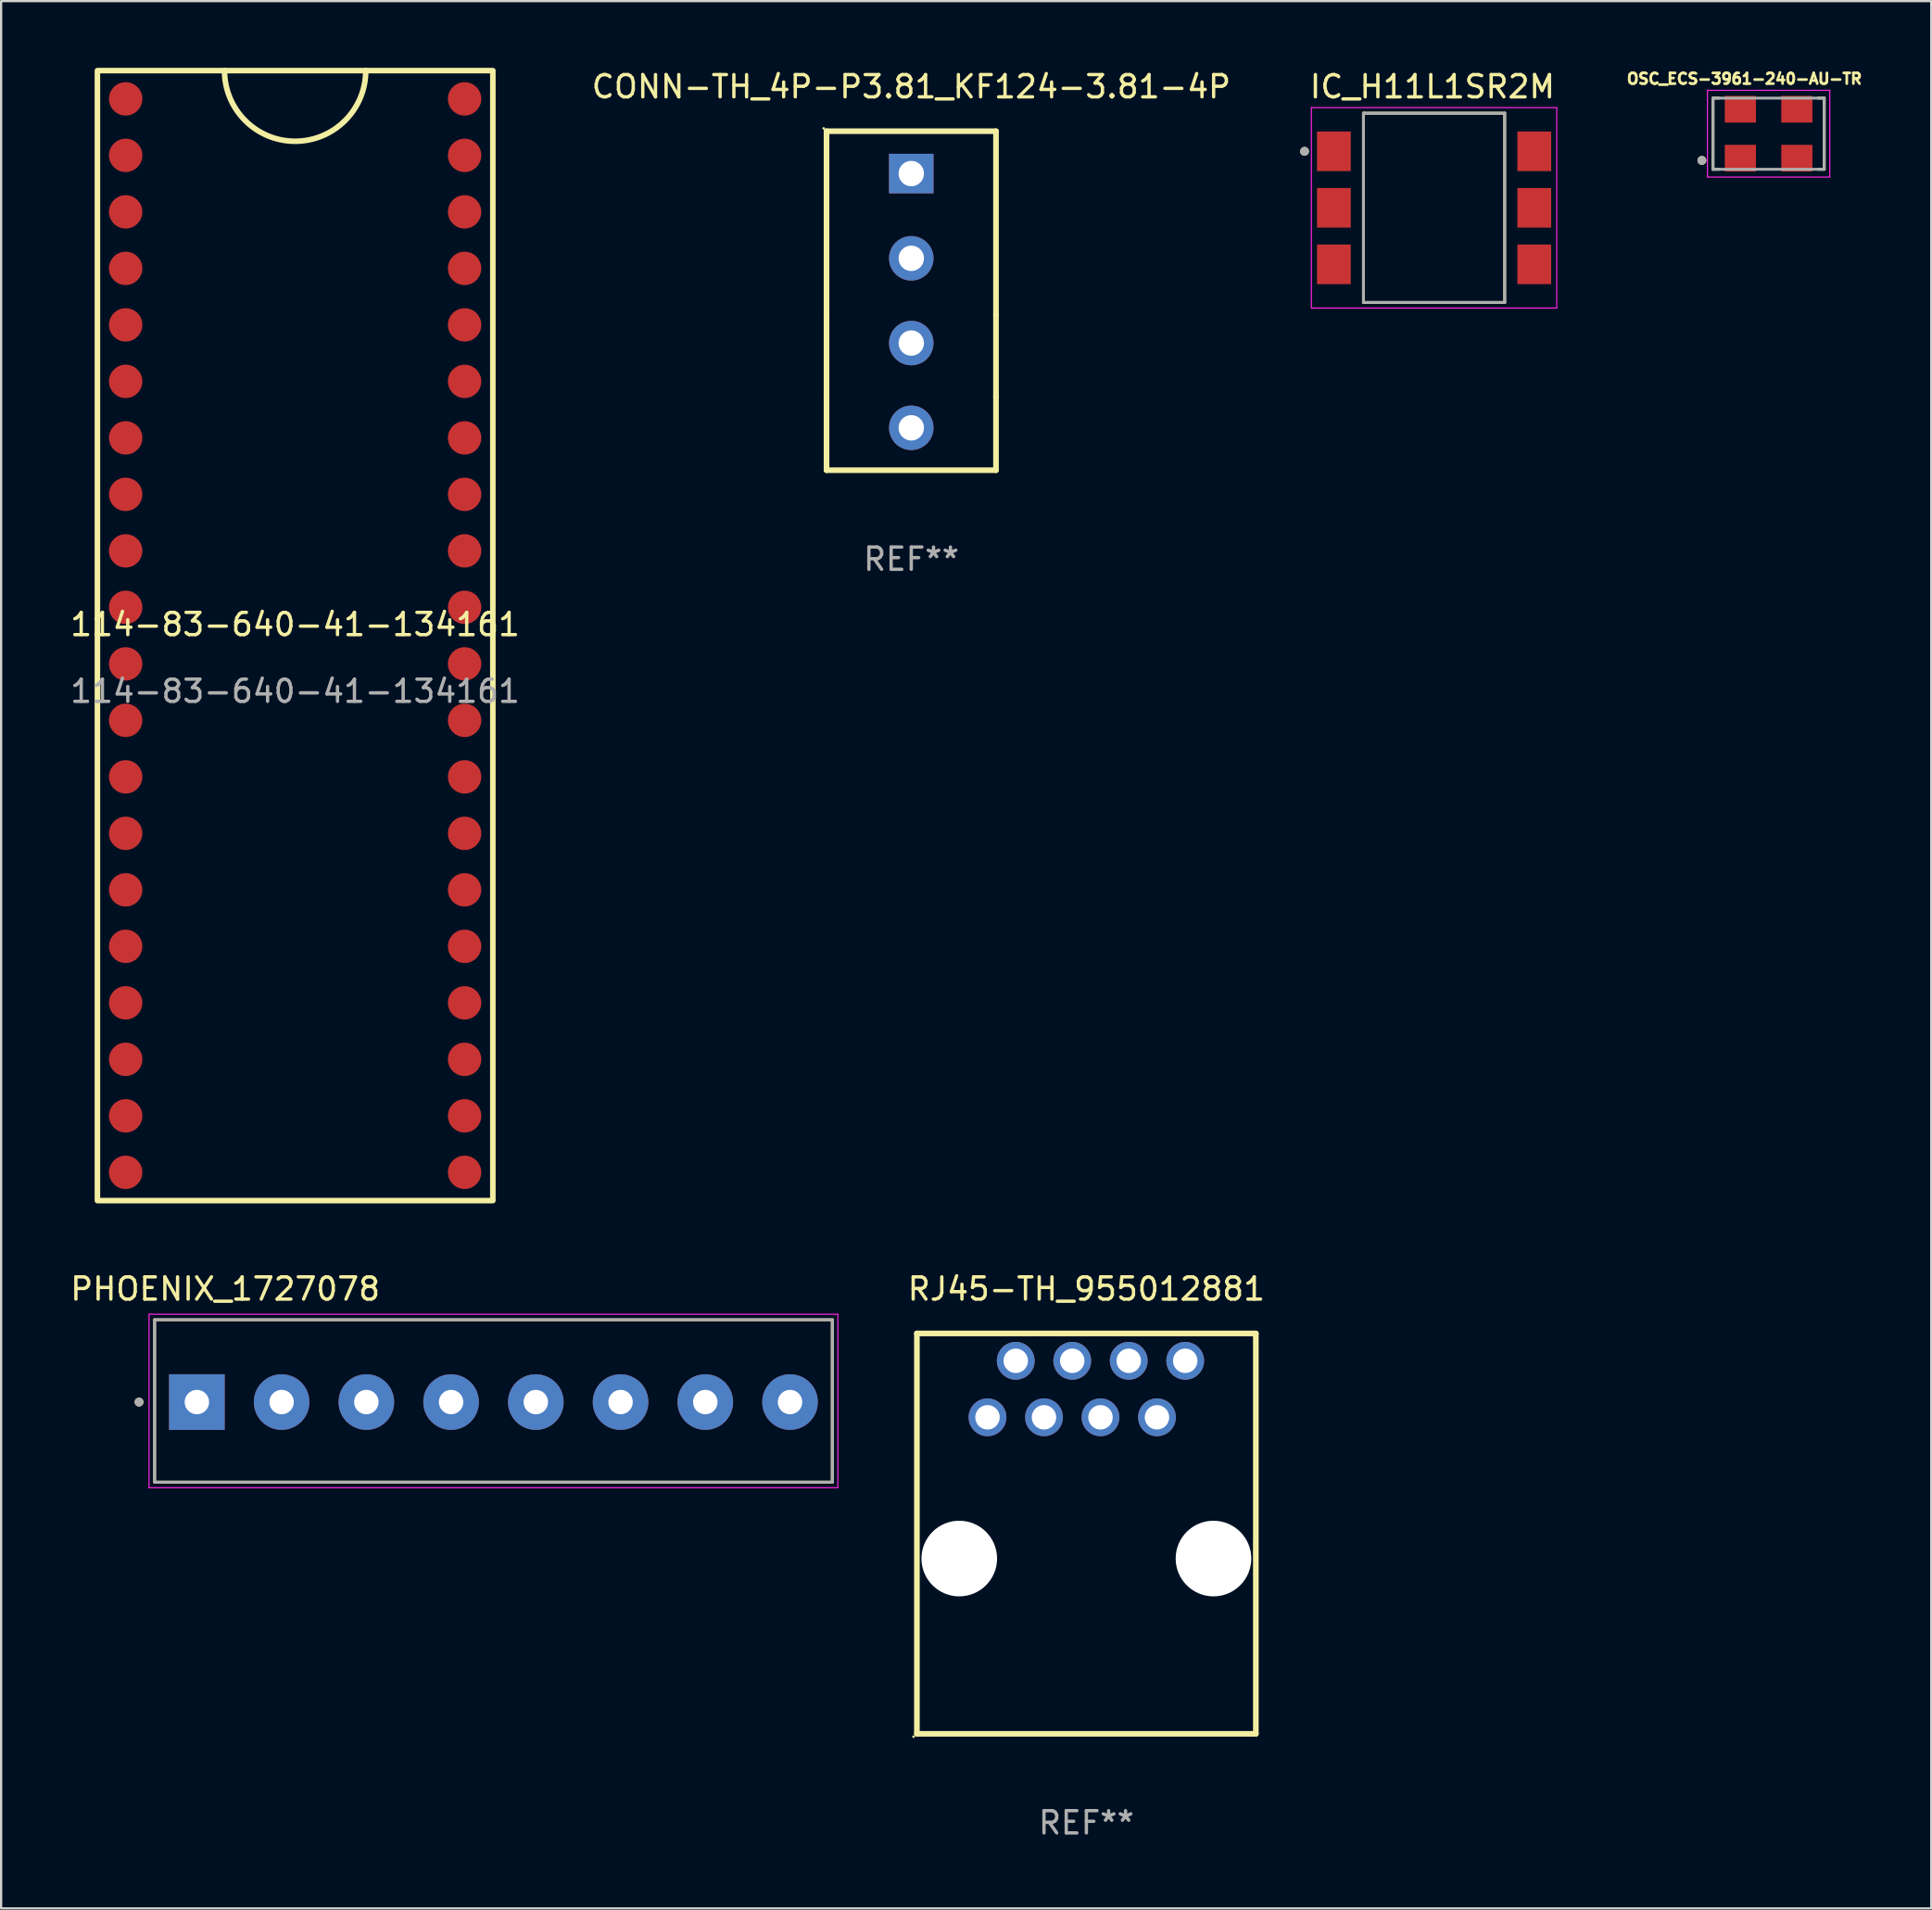
<source format=kicad_pcb>
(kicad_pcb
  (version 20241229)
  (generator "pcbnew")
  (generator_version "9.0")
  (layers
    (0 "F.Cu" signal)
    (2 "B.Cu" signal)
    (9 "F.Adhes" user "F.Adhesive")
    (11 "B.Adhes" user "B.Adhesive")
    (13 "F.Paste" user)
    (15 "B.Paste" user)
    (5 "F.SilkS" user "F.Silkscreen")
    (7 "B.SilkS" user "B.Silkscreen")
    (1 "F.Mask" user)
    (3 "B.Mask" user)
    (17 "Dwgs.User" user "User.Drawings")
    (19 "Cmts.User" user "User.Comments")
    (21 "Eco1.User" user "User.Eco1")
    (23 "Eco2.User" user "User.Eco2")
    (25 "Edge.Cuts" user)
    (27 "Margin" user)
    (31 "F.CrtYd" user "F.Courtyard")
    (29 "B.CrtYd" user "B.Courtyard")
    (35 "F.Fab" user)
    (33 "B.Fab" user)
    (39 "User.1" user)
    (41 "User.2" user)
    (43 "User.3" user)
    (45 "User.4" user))
  (footprint "PHOENIX_1727078"
    (layer "F.Cu")
    (at 19.137 59.983)
    (property "Reference" "PHOENIX_1727078" (at -12.06 -5.085 0) (layer "F.SilkS") (effects (font (size 1 1) (thickness 0.15))))
    (attr through_hole)
    (fp_line (start -15.235 -3.7) (end 15.235 -3.7) (stroke (width 0.127) (type solid)) (layer "F.SilkS"))
    (fp_line (start -15.235 3.6) (end -15.235 -3.7) (stroke (width 0.127) (type solid)) (layer "F.SilkS"))
    (fp_line (start 15.235 -3.7) (end 15.235 3.6) (stroke (width 0.127) (type solid)) (layer "F.SilkS"))
    (fp_line (start 15.235 3.6) (end -15.235 3.6) (stroke (width 0.127) (type solid)) (layer "F.SilkS"))
    (fp_circle (center -15.935 0) (end -15.835 0) (stroke (width 0.2) (type solid)) (fill no) (layer "F.SilkS"))
    (fp_line (start -15.485 -3.95) (end 15.485 -3.95) (stroke (width 0.05) (type solid)) (layer "F.CrtYd"))
    (fp_line (start -15.485 3.85) (end -15.485 -3.95) (stroke (width 0.05) (type solid)) (layer "F.CrtYd"))
    (fp_line (start 15.485 -3.95) (end 15.485 3.85) (stroke (width 0.05) (type solid)) (layer "F.CrtYd"))
    (fp_line (start 15.485 3.85) (end -15.485 3.85) (stroke (width 0.05) (type solid)) (layer "F.CrtYd"))
    (fp_line (start -15.235 -3.7) (end 15.235 -3.7) (stroke (width 0.127) (type solid)) (layer "F.Fab"))
    (fp_line (start -15.235 3.6) (end -15.235 -3.7) (stroke (width 0.127) (type solid)) (layer "F.Fab"))
    (fp_line (start 15.235 -3.7) (end 15.235 3.6) (stroke (width 0.127) (type solid)) (layer "F.Fab"))
    (fp_line (start 15.235 3.6) (end -15.235 3.6) (stroke (width 0.127) (type solid)) (layer "F.Fab"))
    (fp_circle (center -15.935 0) (end -15.835 0) (stroke (width 0.2) (type solid)) (fill no) (layer "F.Fab"))
    (pad "1" thru_hole rect (at -13.335 0) (size 2.5 2.5) (drill 1.1) (layers "*.Cu" "*.Mask"))
    (pad "2" thru_hole circle (at -9.525 0) (size 2.5 2.5) (drill 1.1) (layers "*.Cu" "*.Mask"))
    (pad "3" thru_hole circle (at -5.715 0) (size 2.5 2.5) (drill 1.1) (layers "*.Cu" "*.Mask"))
    (pad "4" thru_hole circle (at -1.905 0) (size 2.5 2.5) (drill 1.1) (layers "*.Cu" "*.Mask"))
    (pad "5" thru_hole circle (at 1.905 0) (size 2.5 2.5) (drill 1.1) (layers "*.Cu" "*.Mask"))
    (pad "6" thru_hole circle (at 5.715 0) (size 2.5 2.5) (drill 1.1) (layers "*.Cu" "*.Mask"))
    (pad "7" thru_hole circle (at 9.525 0) (size 2.5 2.5) (drill 1.1) (layers "*.Cu" "*.Mask"))
    (pad "8" thru_hole circle (at 13.335 0) (size 2.5 2.5) (drill 1.1) (layers "*.Cu" "*.Mask")))
  (footprint "CONN-TH_4P-P3.81_KF124-3.81-4P"
    (layer "F.Cu")
    (at 37.923 10.468)
    (property "Reference" "CONN-TH_4P-P3.81_KF124-3.81-4P" (at 0 -9.62 0) (layer "F.SilkS") (effects (font (size 1 1) (thickness 0.15))))
    (attr through_hole)
    (fp_line (start -3.81 -7.62) (end 3.81 -7.62) (stroke (width 0.254) (type solid)) (layer "F.SilkS"))
    (fp_line (start -3.81 0.635) (end -3.81 -7.62) (stroke (width 0.254) (type solid)) (layer "F.SilkS"))
    (fp_line (start -3.81 4.318) (end -3.81 0.635) (stroke (width 0.254) (type solid)) (layer "F.SilkS"))
    (fp_line (start -3.81 7.62) (end -3.81 4.318) (stroke (width 0.254) (type solid)) (layer "F.SilkS"))
    (fp_line (start 3.81 -7.62) (end 3.81 0.635) (stroke (width 0.254) (type solid)) (layer "F.SilkS"))
    (fp_line (start 3.81 0.635) (end 3.81 4.318) (stroke (width 0.254) (type solid)) (layer "F.SilkS"))
    (fp_line (start 3.81 4.318) (end 3.81 7.62) (stroke (width 0.254) (type solid)) (layer "F.SilkS"))
    (fp_line (start 3.81 7.62) (end -3.81 7.62) (stroke (width 0.254) (type solid)) (layer "F.SilkS"))
    (fp_circle (center -3.937 -7.747) (end -3.907 -7.747) (stroke (width 0.06) (type solid)) (fill no) (layer "F.SilkS"))
    (fp_text user "REF**" (at 0 11.62 0) (layer "F.Fab") (effects (font (size 1 1) (thickness 0.15))))
    (pad "1" thru_hole rect (at 0 -5.715) (size 2 1.778) (drill 1.143) (layers "*.Cu" "*.Mask"))
    (pad "2" thru_hole circle (at 0 -1.905) (size 2 2) (drill 1.143) (layers "*.Cu" "*.Mask"))
    (pad "3" thru_hole circle (at 0 1.905) (size 2 2) (drill 1.143) (layers "*.Cu" "*.Mask"))
    (pad "4" thru_hole circle (at 0 5.715) (size 2 2) (drill 1.143) (layers "*.Cu" "*.Mask")))
  (footprint "RJ45-TH_955012881"
    (layer "F.Cu")
    (at 45.796 65.898)
    (property "Reference" "RJ45-TH_955012881" (at 0 -11 0) (layer "F.SilkS") (effects (font (size 1 1) (thickness 0.15))))
    (attr through_hole)
    (fp_line (start -7.62 -9) (end -7.62 9) (stroke (width 0.254) (type solid)) (layer "F.SilkS"))
    (fp_line (start -7.62 9) (end 7.62 9) (stroke (width 0.254) (type solid)) (layer "F.SilkS"))
    (fp_line (start 7.62 -9) (end -7.62 -9) (stroke (width 0.254) (type solid)) (layer "F.SilkS"))
    (fp_line (start 7.62 9) (end 7.62 -9) (stroke (width 0.254) (type solid)) (layer "F.SilkS"))
    (fp_circle (center -7.771 9.127) (end -7.741 9.127) (stroke (width 0.06) (type solid)) (fill no) (layer "F.SilkS"))
    (fp_text user "REF**" (at 0 13 0) (layer "F.Fab") (effects (font (size 1 1) (thickness 0.15))))
    (pad "" np_thru_hole circle (at -5.715 1.12) (size 3.4 3.4) (drill 3.4) (layers "*.Cu" "*.Mask"))
    (pad "" np_thru_hole circle (at 5.715 1.12) (size 3.4 3.4) (drill 3.4) (layers "*.Cu" "*.Mask"))
    (pad "1" thru_hole circle (at -4.445 -5.23) (size 1.7 1.7) (drill 1.1) (layers "*.Cu" "*.Mask"))
    (pad "2" thru_hole circle (at -3.175 -7.77) (size 1.7 1.7) (drill 1.1) (layers "*.Cu" "*.Mask"))
    (pad "3" thru_hole circle (at -1.905 -5.23) (size 1.7 1.7) (drill 1.1) (layers "*.Cu" "*.Mask"))
    (pad "4" thru_hole circle (at -0.635 -7.77) (size 1.7 1.7) (drill 1.1) (layers "*.Cu" "*.Mask"))
    (pad "5" thru_hole circle (at 0.635 -5.23) (size 1.7 1.7) (drill 1.1) (layers "*.Cu" "*.Mask"))
    (pad "6" thru_hole circle (at 1.905 -7.77) (size 1.7 1.7) (drill 1.1) (layers "*.Cu" "*.Mask"))
    (pad "7" thru_hole circle (at 3.175 -5.23) (size 1.7 1.7) (drill 1.1) (layers "*.Cu" "*.Mask"))
    (pad "8" thru_hole circle (at 4.445 -7.77) (size 1.7 1.7) (drill 1.1) (layers "*.Cu" "*.Mask")))
  (footprint "OSC_ECS-3961-240-AU-TR"
    (layer "F.Cu")
    (at 76.471 2.961)
    (property "Reference" "OSC_ECS-3961-240-AU-TR" (at -1.089 -2.469 0) (layer "F.SilkS") (effects (font (size 0.481 0.481) (thickness 0.15))))
    (attr through_hole)
    (fp_line (start -2.5 1.6) (end -2.5 -1.6) (stroke (width 0.127) (type solid)) (layer "F.SilkS"))
    (fp_line (start -2.224 -1.6) (end -2.5 -1.6) (stroke (width 0.127) (type solid)) (layer "F.SilkS"))
    (fp_line (start -2.224 1.6) (end -2.5 1.6) (stroke (width 0.127) (type solid)) (layer "F.SilkS"))
    (fp_line (start 2.5 -1.6) (end 2.224 -1.6) (stroke (width 0.127) (type solid)) (layer "F.SilkS"))
    (fp_line (start 2.5 -1.6) (end 2.5 1.6) (stroke (width 0.127) (type solid)) (layer "F.SilkS"))
    (fp_line (start 2.5 1.6) (end 2.224 1.6) (stroke (width 0.127) (type solid)) (layer "F.SilkS"))
    (fp_circle (center -3 1.2) (end -2.9 1.2) (stroke (width 0.2) (type solid)) (fill no) (layer "F.SilkS"))
    (fp_line (start -2.75 -1.95) (end 2.75 -1.95) (stroke (width 0.05) (type solid)) (layer "F.CrtYd"))
    (fp_line (start -2.75 1.95) (end -2.75 -1.95) (stroke (width 0.05) (type solid)) (layer "F.CrtYd"))
    (fp_line (start 2.75 -1.95) (end 2.75 1.95) (stroke (width 0.05) (type solid)) (layer "F.CrtYd"))
    (fp_line (start 2.75 1.95) (end -2.75 1.95) (stroke (width 0.05) (type solid)) (layer "F.CrtYd"))
    (fp_line (start -2.5 -1.6) (end 2.5 -1.6) (stroke (width 0.127) (type solid)) (layer "F.Fab"))
    (fp_line (start -2.5 1.6) (end -2.5 -1.6) (stroke (width 0.127) (type solid)) (layer "F.Fab"))
    (fp_line (start 2.5 -1.6) (end 2.5 1.6) (stroke (width 0.127) (type solid)) (layer "F.Fab"))
    (fp_line (start 2.5 1.6) (end -2.5 1.6) (stroke (width 0.127) (type solid)) (layer "F.Fab"))
    (fp_circle (center -3 1.2) (end -2.9 1.2) (stroke (width 0.2) (type solid)) (fill no) (layer "F.Fab"))
    (pad "1" smd rect (at -1.27 1.1 180) (size 1.4 1.2) (layers "F.Cu" "F.Mask" "F.Paste"))
    (pad "2" smd rect (at 1.27 1.1 180) (size 1.4 1.2) (layers "F.Cu" "F.Mask" "F.Paste"))
    (pad "3" smd rect (at 1.27 -1.1 180) (size 1.4 1.2) (layers "F.Cu" "F.Mask" "F.Paste"))
    (pad "4" smd rect (at -1.27 -1.1 180) (size 1.4 1.2) (layers "F.Cu" "F.Mask" "F.Paste")))
  (footprint "IC_H11L1SR2M"
    (layer "F.Cu")
    (at 61.43 6.293)
    (property "Reference" "IC_H11L1SR2M" (at -0.075 -5.445 0) (layer "F.SilkS") (effects (font (size 1 1) (thickness 0.15))))
    (attr through_hole)
    (fp_line (start -3.175 -4.255) (end -3.175 4.255) (stroke (width 0.127) (type solid)) (layer "F.SilkS"))
    (fp_line (start -3.175 -4.255) (end 3.175 -4.255) (stroke (width 0.127) (type solid)) (layer "F.SilkS"))
    (fp_line (start -3.175 4.255) (end 3.175 4.255) (stroke (width 0.127) (type solid)) (layer "F.SilkS"))
    (fp_line (start 3.175 -4.255) (end 3.175 4.255) (stroke (width 0.127) (type solid)) (layer "F.SilkS"))
    (fp_circle (center -5.825 -2.54) (end -5.725 -2.54) (stroke (width 0.2) (type solid)) (fill no) (layer "F.SilkS"))
    (fp_line (start -5.515 -4.505) (end -5.515 4.505) (stroke (width 0.05) (type solid)) (layer "F.CrtYd"))
    (fp_line (start -5.515 -4.505) (end 5.515 -4.505) (stroke (width 0.05) (type solid)) (layer "F.CrtYd"))
    (fp_line (start -5.515 4.505) (end 5.515 4.505) (stroke (width 0.05) (type solid)) (layer "F.CrtYd"))
    (fp_line (start 5.515 -4.505) (end 5.515 4.505) (stroke (width 0.05) (type solid)) (layer "F.CrtYd"))
    (fp_line (start -3.175 -4.255) (end -3.175 4.255) (stroke (width 0.127) (type solid)) (layer "F.Fab"))
    (fp_line (start -3.175 -4.255) (end 3.175 -4.255) (stroke (width 0.127) (type solid)) (layer "F.Fab"))
    (fp_line (start -3.175 4.255) (end 3.175 4.255) (stroke (width 0.127) (type solid)) (layer "F.Fab"))
    (fp_line (start 3.175 -4.255) (end 3.175 4.255) (stroke (width 0.127) (type solid)) (layer "F.Fab"))
    (fp_circle (center -5.825 -2.54) (end -5.725 -2.54) (stroke (width 0.2) (type solid)) (fill no) (layer "F.Fab"))
    (pad "1" smd rect (at -4.505 -2.54) (size 1.52 1.78) (layers "F.Cu" "F.Mask" "F.Paste"))
    (pad "2" smd rect (at -4.505 0) (size 1.52 1.78) (layers "F.Cu" "F.Mask" "F.Paste"))
    (pad "3" smd rect (at -4.505 2.54) (size 1.52 1.78) (layers "F.Cu" "F.Mask" "F.Paste"))
    (pad "4" smd rect (at 4.505 2.54) (size 1.52 1.78) (layers "F.Cu" "F.Mask" "F.Paste"))
    (pad "5" smd rect (at 4.505 0) (size 1.52 1.78) (layers "F.Cu" "F.Mask" "F.Paste"))
    (pad "6" smd rect (at 4.505 -2.54) (size 1.52 1.78) (layers "F.Cu" "F.Mask" "F.Paste")))
  (footprint "114-83-640-41-134161"
    (layer "F.Cu")
    (at 10.22 25.525)
    (property "Reference" "114-83-640-41-134161" (at 0 -0.5 0) (unlocked yes) (layer "F.SilkS") (effects (font (size 1 1) (thickness 0.15))))
    (attr smd)
    (fp_rect (start -8.89 -25.4) (end 8.89 25.4) (stroke (width 0.25) (type solid)) (fill no) (layer "F.SilkS"))
    (fp_arc (start 3.175 -25.4) (mid 0 -22.225) (end -3.175 -25.4) (stroke (width 0.25) (type solid)) (layer "F.SilkS"))
    (fp_text user "${REFERENCE}" (at 0 2.5 0) (unlocked yes) (layer "F.Fab") (effects (font (size 1 1) (thickness 0.15))))
    (pad "1" smd circle (at -7.62 -24.13) (size 1.5 1.5) (layers "F.Cu" "F.Mask" "F.Paste"))
    (pad "2" smd circle (at -7.62 -21.59) (size 1.5 1.5) (layers "F.Cu" "F.Mask" "F.Paste"))
    (pad "3" smd circle (at -7.62 -19.05) (size 1.5 1.5) (layers "F.Cu" "F.Mask" "F.Paste"))
    (pad "4" smd circle (at -7.62 -16.51) (size 1.5 1.5) (layers "F.Cu" "F.Mask" "F.Paste"))
    (pad "5" smd circle (at -7.62 -13.97) (size 1.5 1.5) (layers "F.Cu" "F.Mask" "F.Paste"))
    (pad "6" smd circle (at -7.62 -11.43) (size 1.5 1.5) (layers "F.Cu" "F.Mask" "F.Paste"))
    (pad "7" smd circle (at -7.62 -8.89) (size 1.5 1.5) (layers "F.Cu" "F.Mask" "F.Paste"))
    (pad "8" smd circle (at -7.62 -6.35) (size 1.5 1.5) (layers "F.Cu" "F.Mask" "F.Paste"))
    (pad "9" smd circle (at -7.62 -3.81) (size 1.5 1.5) (layers "F.Cu" "F.Mask" "F.Paste"))
    (pad "10" smd circle (at -7.62 -1.27) (size 1.5 1.5) (layers "F.Cu" "F.Mask" "F.Paste"))
    (pad "11" smd circle (at -7.62 1.27) (size 1.5 1.5) (layers "F.Cu" "F.Mask" "F.Paste"))
    (pad "12" smd circle (at -7.62 3.81) (size 1.5 1.5) (layers "F.Cu" "F.Mask" "F.Paste"))
    (pad "13" smd circle (at -7.62 6.35) (size 1.5 1.5) (layers "F.Cu" "F.Mask" "F.Paste"))
    (pad "14" smd circle (at -7.62 8.89) (size 1.5 1.5) (layers "F.Cu" "F.Mask" "F.Paste"))
    (pad "15" smd circle (at -7.62 11.43) (size 1.5 1.5) (layers "F.Cu" "F.Mask" "F.Paste"))
    (pad "16" smd circle (at -7.62 13.97) (size 1.5 1.5) (layers "F.Cu" "F.Mask" "F.Paste"))
    (pad "17" smd circle (at -7.62 16.51) (size 1.5 1.5) (layers "F.Cu" "F.Mask" "F.Paste"))
    (pad "18" smd circle (at -7.62 19.05) (size 1.5 1.5) (layers "F.Cu" "F.Mask" "F.Paste"))
    (pad "19" smd circle (at -7.62 21.59) (size 1.5 1.5) (layers "F.Cu" "F.Mask" "F.Paste"))
    (pad "20" smd circle (at -7.62 24.13) (size 1.5 1.5) (layers "F.Cu" "F.Mask" "F.Paste"))
    (pad "21" smd circle (at 7.62 24.13) (size 1.5 1.5) (layers "F.Cu" "F.Mask" "F.Paste"))
    (pad "22" smd circle (at 7.62 21.59) (size 1.5 1.5) (layers "F.Cu" "F.Mask" "F.Paste"))
    (pad "23" smd circle (at 7.62 19.05) (size 1.5 1.5) (layers "F.Cu" "F.Mask" "F.Paste"))
    (pad "24" smd circle (at 7.62 16.51) (size 1.5 1.5) (layers "F.Cu" "F.Mask" "F.Paste"))
    (pad "25" smd circle (at 7.62 13.97) (size 1.5 1.5) (layers "F.Cu" "F.Mask" "F.Paste"))
    (pad "26" smd circle (at 7.62 11.43) (size 1.5 1.5) (layers "F.Cu" "F.Mask" "F.Paste"))
    (pad "27" smd circle (at 7.62 8.89) (size 1.5 1.5) (layers "F.Cu" "F.Mask" "F.Paste"))
    (pad "28" smd circle (at 7.62 6.35) (size 1.5 1.5) (layers "F.Cu" "F.Mask" "F.Paste"))
    (pad "29" smd circle (at 7.62 3.81) (size 1.5 1.5) (layers "F.Cu" "F.Mask" "F.Paste"))
    (pad "30" smd circle (at 7.62 1.27) (size 1.5 1.5) (layers "F.Cu" "F.Mask" "F.Paste"))
    (pad "31" smd circle (at 7.62 -1.27) (size 1.5 1.5) (layers "F.Cu" "F.Mask" "F.Paste"))
    (pad "32" smd circle (at 7.62 -3.81) (size 1.5 1.5) (layers "F.Cu" "F.Mask" "F.Paste"))
    (pad "33" smd circle (at 7.62 -6.35) (size 1.5 1.5) (layers "F.Cu" "F.Mask" "F.Paste"))
    (pad "34" smd circle (at 7.62 -8.89) (size 1.5 1.5) (layers "F.Cu" "F.Mask" "F.Paste"))
    (pad "35" smd circle (at 7.62 -11.43) (size 1.5 1.5) (layers "F.Cu" "F.Mask" "F.Paste"))
    (pad "36" smd circle (at 7.62 -13.97) (size 1.5 1.5) (layers "F.Cu" "F.Mask" "F.Paste"))
    (pad "37" smd circle (at 7.62 -16.51) (size 1.5 1.5) (layers "F.Cu" "F.Mask" "F.Paste"))
    (pad "38" smd circle (at 7.62 -19.05) (size 1.5 1.5) (layers "F.Cu" "F.Mask" "F.Paste"))
    (pad "39" smd circle (at 7.62 -21.59) (size 1.5 1.5) (layers "F.Cu" "F.Mask" "F.Paste"))
    (pad "40" smd circle (at 7.62 -24.13) (size 1.5 1.5) (layers "F.Cu" "F.Mask" "F.Paste")))
  (gr_rect
    (start -3 -3)
    (end 83.784 82.747)
    (stroke (width 0.1) (type default))
    (fill no)
    (layer "Edge.Cuts")))
</source>
